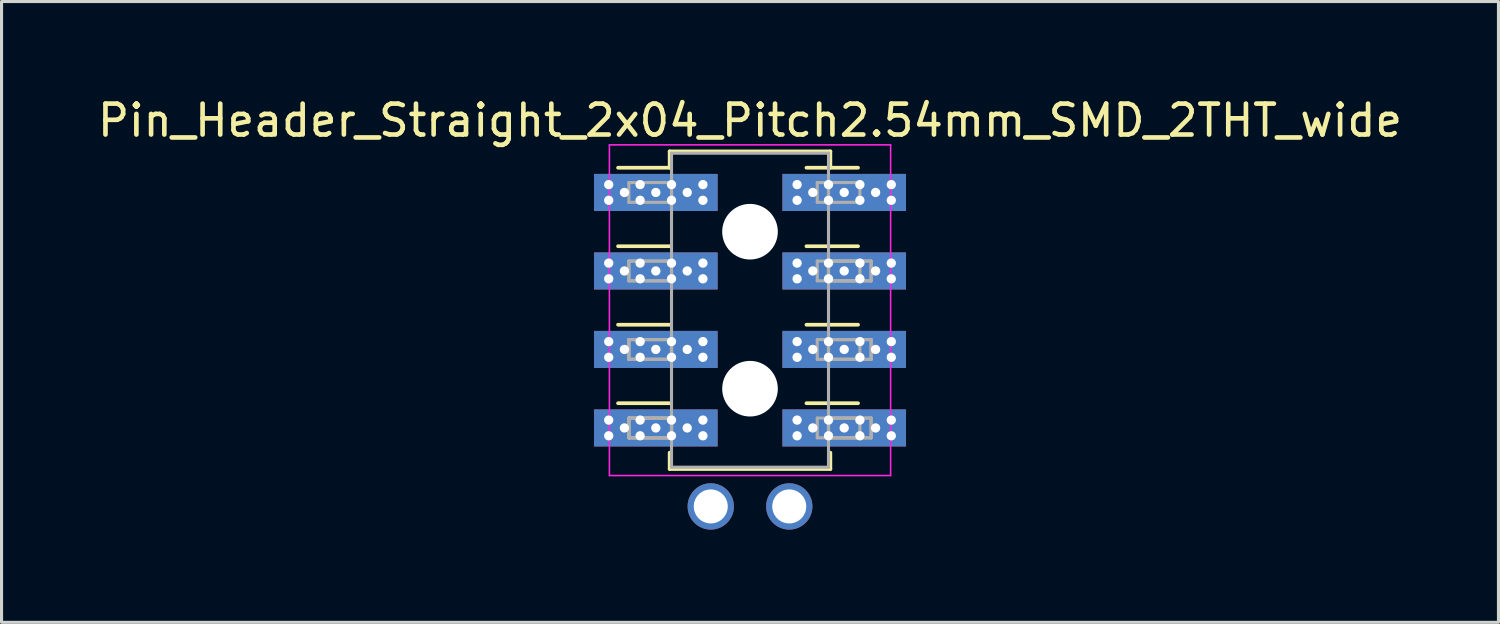
<source format=kicad_pcb>
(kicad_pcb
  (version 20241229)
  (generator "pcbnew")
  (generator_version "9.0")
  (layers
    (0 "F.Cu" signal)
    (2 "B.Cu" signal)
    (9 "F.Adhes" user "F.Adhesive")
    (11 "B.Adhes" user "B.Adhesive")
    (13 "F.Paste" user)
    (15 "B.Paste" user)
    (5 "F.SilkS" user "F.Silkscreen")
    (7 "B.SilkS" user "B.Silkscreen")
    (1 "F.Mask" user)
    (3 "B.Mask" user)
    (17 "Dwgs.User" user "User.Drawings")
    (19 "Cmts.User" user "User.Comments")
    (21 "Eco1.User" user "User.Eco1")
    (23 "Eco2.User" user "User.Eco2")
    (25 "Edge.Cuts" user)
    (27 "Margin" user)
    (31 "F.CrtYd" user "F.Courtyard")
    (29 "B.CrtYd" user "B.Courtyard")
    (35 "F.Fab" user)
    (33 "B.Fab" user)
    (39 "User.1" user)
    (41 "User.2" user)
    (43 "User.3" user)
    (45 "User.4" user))
  (footprint "Pin_Header_Straight_2x04_Pitch2.54mm_SMD_2THT_wide"
    (layer "F.Cu")
    (at 21.22 6.988)
    (property "Reference" "Pin_Header_Straight_2x04_Pitch2.54mm_SMD_2THT_wide" (at 0 -6.14 0) (layer "F.SilkS") (effects (font (size 1 1) (thickness 0.15))))
    (attr smd)
    (fp_line (start -4.27 -4.61) (end -2.6 -4.61) (stroke (width 0.12) (type solid)) (layer "F.SilkS"))
    (fp_line (start -4.27 -2.07) (end -2.6 -2.07) (stroke (width 0.12) (type solid)) (layer "F.SilkS"))
    (fp_line (start -4.27 0.47) (end -2.6 0.47) (stroke (width 0.12) (type solid)) (layer "F.SilkS"))
    (fp_line (start -4.27 3.01) (end -2.6 3.01) (stroke (width 0.12) (type solid)) (layer "F.SilkS"))
    (fp_line (start -2.6 -5.14) (end 2.6 -5.14) (stroke (width 0.12) (type solid)) (layer "F.SilkS"))
    (fp_line (start -2.6 -4.61) (end -2.6 -5.14) (stroke (width 0.12) (type solid)) (layer "F.SilkS"))
    (fp_line (start -2.6 4.61) (end -2.6 5.14) (stroke (width 0.12) (type solid)) (layer "F.SilkS"))
    (fp_line (start -2.6 5.14) (end 2.6 5.14) (stroke (width 0.12) (type solid)) (layer "F.SilkS"))
    (fp_line (start 1.826 -4.61) (end 3.496 -4.61) (stroke (width 0.12) (type solid)) (layer "F.SilkS"))
    (fp_line (start 1.826 -2.07) (end 3.496 -2.07) (stroke (width 0.12) (type solid)) (layer "F.SilkS"))
    (fp_line (start 1.826 0.47) (end 3.496 0.47) (stroke (width 0.12) (type solid)) (layer "F.SilkS"))
    (fp_line (start 1.826 3.01) (end 3.496 3.01) (stroke (width 0.12) (type solid)) (layer "F.SilkS"))
    (fp_line (start 2.6 -5.14) (end 2.6 -4.61) (stroke (width 0.12) (type solid)) (layer "F.SilkS"))
    (fp_line (start 2.6 5.14) (end 2.6 4.61) (stroke (width 0.12) (type solid)) (layer "F.SilkS"))
    (fp_line (start -4.55 -5.35) (end -4.55 5.35) (stroke (width 0.05) (type solid)) (layer "F.CrtYd"))
    (fp_line (start -4.55 5.35) (end 4.55 5.35) (stroke (width 0.05) (type solid)) (layer "F.CrtYd"))
    (fp_line (start 4.55 -5.35) (end -4.55 -5.35) (stroke (width 0.05) (type solid)) (layer "F.CrtYd"))
    (fp_line (start 4.55 5.35) (end 4.55 -5.35) (stroke (width 0.05) (type solid)) (layer "F.CrtYd"))
    (fp_line (start -3.92 -4.13) (end -2.54 -4.13) (stroke (width 0.1) (type solid)) (layer "F.Fab"))
    (fp_line (start -3.92 -3.49) (end -3.92 -4.13) (stroke (width 0.1) (type solid)) (layer "F.Fab"))
    (fp_line (start -3.92 -1.59) (end -2.54 -1.59) (stroke (width 0.1) (type solid)) (layer "F.Fab"))
    (fp_line (start -3.92 -1.59) (end -2.54 -1.59) (stroke (width 0.1) (type solid)) (layer "F.Fab"))
    (fp_line (start -3.92 -0.95) (end -3.92 -1.59) (stroke (width 0.1) (type solid)) (layer "F.Fab"))
    (fp_line (start -3.92 -0.95) (end -3.92 -1.59) (stroke (width 0.1) (type solid)) (layer "F.Fab"))
    (fp_line (start -3.92 0.95) (end -2.54 0.95) (stroke (width 0.1) (type solid)) (layer "F.Fab"))
    (fp_line (start -3.92 0.95) (end -2.54 0.95) (stroke (width 0.1) (type solid)) (layer "F.Fab"))
    (fp_line (start -3.92 0.95) (end -2.54 0.95) (stroke (width 0.1) (type solid)) (layer "F.Fab"))
    (fp_line (start -3.92 1.59) (end -3.92 0.95) (stroke (width 0.1) (type solid)) (layer "F.Fab"))
    (fp_line (start -3.92 1.59) (end -3.92 0.95) (stroke (width 0.1) (type solid)) (layer "F.Fab"))
    (fp_line (start -3.92 1.59) (end -3.92 0.95) (stroke (width 0.1) (type solid)) (layer "F.Fab"))
    (fp_line (start -3.92 3.49) (end -2.54 3.49) (stroke (width 0.1) (type solid)) (layer "F.Fab"))
    (fp_line (start -3.92 3.49) (end -2.54 3.49) (stroke (width 0.1) (type solid)) (layer "F.Fab"))
    (fp_line (start -3.92 3.49) (end -2.54 3.49) (stroke (width 0.1) (type solid)) (layer "F.Fab"))
    (fp_line (start -3.92 3.49) (end -2.54 3.49) (stroke (width 0.1) (type solid)) (layer "F.Fab"))
    (fp_line (start -3.92 4.13) (end -3.92 3.49) (stroke (width 0.1) (type solid)) (layer "F.Fab"))
    (fp_line (start -3.92 4.13) (end -3.92 3.49) (stroke (width 0.1) (type solid)) (layer "F.Fab"))
    (fp_line (start -3.92 4.13) (end -3.92 3.49) (stroke (width 0.1) (type solid)) (layer "F.Fab"))
    (fp_line (start -3.92 4.13) (end -3.92 3.49) (stroke (width 0.1) (type solid)) (layer "F.Fab"))
    (fp_line (start -2.54 -5.08) (end -2.54 5.08) (stroke (width 0.1) (type solid)) (layer "F.Fab"))
    (fp_line (start -2.54 -4.13) (end -2.54 -3.49) (stroke (width 0.1) (type solid)) (layer "F.Fab"))
    (fp_line (start -2.54 -3.49) (end -3.92 -3.49) (stroke (width 0.1) (type solid)) (layer "F.Fab"))
    (fp_line (start -2.54 -1.59) (end -2.54 -0.95) (stroke (width 0.1) (type solid)) (layer "F.Fab"))
    (fp_line (start -2.54 -1.59) (end -2.54 -0.95) (stroke (width 0.1) (type solid)) (layer "F.Fab"))
    (fp_line (start -2.54 -0.95) (end -3.92 -0.95) (stroke (width 0.1) (type solid)) (layer "F.Fab"))
    (fp_line (start -2.54 -0.95) (end -3.92 -0.95) (stroke (width 0.1) (type solid)) (layer "F.Fab"))
    (fp_line (start -2.54 0.95) (end -2.54 1.59) (stroke (width 0.1) (type solid)) (layer "F.Fab"))
    (fp_line (start -2.54 0.95) (end -2.54 1.59) (stroke (width 0.1) (type solid)) (layer "F.Fab"))
    (fp_line (start -2.54 0.95) (end -2.54 1.59) (stroke (width 0.1) (type solid)) (layer "F.Fab"))
    (fp_line (start -2.54 1.59) (end -3.92 1.59) (stroke (width 0.1) (type solid)) (layer "F.Fab"))
    (fp_line (start -2.54 1.59) (end -3.92 1.59) (stroke (width 0.1) (type solid)) (layer "F.Fab"))
    (fp_line (start -2.54 1.59) (end -3.92 1.59) (stroke (width 0.1) (type solid)) (layer "F.Fab"))
    (fp_line (start -2.54 3.49) (end -2.54 4.13) (stroke (width 0.1) (type solid)) (layer "F.Fab"))
    (fp_line (start -2.54 3.49) (end -2.54 4.13) (stroke (width 0.1) (type solid)) (layer "F.Fab"))
    (fp_line (start -2.54 3.49) (end -2.54 4.13) (stroke (width 0.1) (type solid)) (layer "F.Fab"))
    (fp_line (start -2.54 3.49) (end -2.54 4.13) (stroke (width 0.1) (type solid)) (layer "F.Fab"))
    (fp_line (start -2.54 4.13) (end -3.92 4.13) (stroke (width 0.1) (type solid)) (layer "F.Fab"))
    (fp_line (start -2.54 4.13) (end -3.92 4.13) (stroke (width 0.1) (type solid)) (layer "F.Fab"))
    (fp_line (start -2.54 4.13) (end -3.92 4.13) (stroke (width 0.1) (type solid)) (layer "F.Fab"))
    (fp_line (start -2.54 4.13) (end -3.92 4.13) (stroke (width 0.1) (type solid)) (layer "F.Fab"))
    (fp_line (start -2.54 5.08) (end 2.54 5.08) (stroke (width 0.1) (type solid)) (layer "F.Fab"))
    (fp_line (start 2.176 -4.13) (end 3.556 -4.13) (stroke (width 0.1) (type solid)) (layer "F.Fab"))
    (fp_line (start 2.176 -3.49) (end 2.176 -4.13) (stroke (width 0.1) (type solid)) (layer "F.Fab"))
    (fp_line (start 2.176 -1.59) (end 3.556 -1.59) (stroke (width 0.1) (type solid)) (layer "F.Fab"))
    (fp_line (start 2.176 -0.95) (end 2.176 -1.59) (stroke (width 0.1) (type solid)) (layer "F.Fab"))
    (fp_line (start 2.176 0.95) (end 3.556 0.95) (stroke (width 0.1) (type solid)) (layer "F.Fab"))
    (fp_line (start 2.176 1.59) (end 2.176 0.95) (stroke (width 0.1) (type solid)) (layer "F.Fab"))
    (fp_line (start 2.176 3.49) (end 3.556 3.49) (stroke (width 0.1) (type solid)) (layer "F.Fab"))
    (fp_line (start 2.176 4.13) (end 2.176 3.49) (stroke (width 0.1) (type solid)) (layer "F.Fab"))
    (fp_line (start 2.54 -5.08) (end -2.54 -5.08) (stroke (width 0.1) (type solid)) (layer "F.Fab"))
    (fp_line (start 2.54 -4.13) (end 2.54 -3.49) (stroke (width 0.1) (type solid)) (layer "F.Fab"))
    (fp_line (start 2.54 -1.59) (end 2.54 -0.95) (stroke (width 0.1) (type solid)) (layer "F.Fab"))
    (fp_line (start 2.54 -1.59) (end 2.54 -0.95) (stroke (width 0.1) (type solid)) (layer "F.Fab"))
    (fp_line (start 2.54 -0.95) (end 3.92 -0.95) (stroke (width 0.1) (type solid)) (layer "F.Fab"))
    (fp_line (start 2.54 -0.95) (end 3.92 -0.95) (stroke (width 0.1) (type solid)) (layer "F.Fab"))
    (fp_line (start 2.54 0.95) (end 2.54 1.59) (stroke (width 0.1) (type solid)) (layer "F.Fab"))
    (fp_line (start 2.54 0.95) (end 2.54 1.59) (stroke (width 0.1) (type solid)) (layer "F.Fab"))
    (fp_line (start 2.54 1.59) (end 3.92 1.59) (stroke (width 0.1) (type solid)) (layer "F.Fab"))
    (fp_line (start 2.54 1.59) (end 3.92 1.59) (stroke (width 0.1) (type solid)) (layer "F.Fab"))
    (fp_line (start 2.54 3.49) (end 2.54 4.13) (stroke (width 0.1) (type solid)) (layer "F.Fab"))
    (fp_line (start 2.54 3.49) (end 2.54 4.13) (stroke (width 0.1) (type solid)) (layer "F.Fab"))
    (fp_line (start 2.54 4.13) (end 3.92 4.13) (stroke (width 0.1) (type solid)) (layer "F.Fab"))
    (fp_line (start 2.54 4.13) (end 3.92 4.13) (stroke (width 0.1) (type solid)) (layer "F.Fab"))
    (fp_line (start 2.54 5.08) (end 2.54 -5.08) (stroke (width 0.1) (type solid)) (layer "F.Fab"))
    (fp_line (start 3.556 -4.13) (end 3.556 -3.49) (stroke (width 0.1) (type solid)) (layer "F.Fab"))
    (fp_line (start 3.556 -3.49) (end 2.176 -3.49) (stroke (width 0.1) (type solid)) (layer "F.Fab"))
    (fp_line (start 3.556 -1.59) (end 3.556 -0.95) (stroke (width 0.1) (type solid)) (layer "F.Fab"))
    (fp_line (start 3.556 -0.95) (end 2.176 -0.95) (stroke (width 0.1) (type solid)) (layer "F.Fab"))
    (fp_line (start 3.556 0.95) (end 3.556 1.59) (stroke (width 0.1) (type solid)) (layer "F.Fab"))
    (fp_line (start 3.556 1.59) (end 2.176 1.59) (stroke (width 0.1) (type solid)) (layer "F.Fab"))
    (fp_line (start 3.556 3.49) (end 3.556 4.13) (stroke (width 0.1) (type solid)) (layer "F.Fab"))
    (fp_line (start 3.556 4.13) (end 2.176 4.13) (stroke (width 0.1) (type solid)) (layer "F.Fab"))
    (fp_line (start 3.92 -1.59) (end 2.54 -1.59) (stroke (width 0.1) (type solid)) (layer "F.Fab"))
    (fp_line (start 3.92 -1.59) (end 2.54 -1.59) (stroke (width 0.1) (type solid)) (layer "F.Fab"))
    (fp_line (start 3.92 -0.95) (end 3.92 -1.59) (stroke (width 0.1) (type solid)) (layer "F.Fab"))
    (fp_line (start 3.92 -0.95) (end 3.92 -1.59) (stroke (width 0.1) (type solid)) (layer "F.Fab"))
    (fp_line (start 3.92 0.95) (end 2.54 0.95) (stroke (width 0.1) (type solid)) (layer "F.Fab"))
    (fp_line (start 3.92 0.95) (end 2.54 0.95) (stroke (width 0.1) (type solid)) (layer "F.Fab"))
    (fp_line (start 3.92 1.59) (end 3.92 0.95) (stroke (width 0.1) (type solid)) (layer "F.Fab"))
    (fp_line (start 3.92 1.59) (end 3.92 0.95) (stroke (width 0.1) (type solid)) (layer "F.Fab"))
    (fp_line (start 3.92 3.49) (end 2.54 3.49) (stroke (width 0.1) (type solid)) (layer "F.Fab"))
    (fp_line (start 3.92 3.49) (end 2.54 3.49) (stroke (width 0.1) (type solid)) (layer "F.Fab"))
    (fp_line (start 3.92 4.13) (end 3.92 3.49) (stroke (width 0.1) (type solid)) (layer "F.Fab"))
    (fp_line (start 3.92 4.13) (end 3.92 3.49) (stroke (width 0.1) (type solid)) (layer "F.Fab"))
    (pad "" np_thru_hole circle (at 0 -2.54) (size 1.8 1.8) (drill 1.8) (layers "*.Cu" "*.Mask"))
    (pad "" np_thru_hole circle (at 0 2.54) (size 1.8 1.8) (drill 1.8) (layers "*.Cu" "*.Mask"))
    (pad "1" thru_hole circle (at -4.572 -4.064) (size 0.3 0.3) (drill 0.3) (layers "*.Cu" "F.Mask"))
    (pad "1" thru_hole circle (at -4.572 -3.556) (size 0.3 0.3) (drill 0.3) (layers "*.Cu" "F.Mask"))
    (pad "1" thru_hole circle (at -4.064 -3.81) (size 0.3 0.3) (drill 0.3) (layers "*.Cu" "F.Mask"))
    (pad "1" thru_hole circle (at -3.556 -4.064) (size 0.3 0.3) (drill 0.3) (layers "*.Cu" "F.Mask"))
    (pad "1" thru_hole circle (at -3.556 -3.556) (size 0.3 0.3) (drill 0.3) (layers "*.Cu" "F.Mask"))
    (pad "1" thru_hole rect (at -3.048 -3.81) (size 4 1.2) (drill 0.3) (layers "*.Cu" "F.Mask"))
    (pad "1" thru_hole circle (at -2.54 -4.064) (size 0.3 0.3) (drill 0.3) (layers "*.Cu" "F.Mask"))
    (pad "1" thru_hole circle (at -2.54 -3.556) (size 0.3 0.3) (drill 0.3) (layers "*.Cu" "F.Mask"))
    (pad "1" thru_hole circle (at -2.032 -3.81) (size 0.3 0.3) (drill 0.3) (layers "*.Cu" "F.Mask"))
    (pad "1" thru_hole circle (at -1.524 -4.064) (size 0.3 0.3) (drill 0.3) (layers "*.Cu" "F.Mask"))
    (pad "1" thru_hole circle (at -1.524 -3.556) (size 0.3 0.3) (drill 0.3) (layers "*.Cu" "F.Mask"))
    (pad "2" thru_hole circle (at 1.524 -4.064) (size 0.3 0.3) (drill 0.3) (layers "*.Cu" "F.Mask"))
    (pad "2" thru_hole circle (at 1.524 -3.556) (size 0.3 0.3) (drill 0.3) (layers "*.Cu" "F.Mask"))
    (pad "2" thru_hole circle (at 2.032 -3.81) (size 0.3 0.3) (drill 0.3) (layers "*.Cu" "F.Mask"))
    (pad "2" thru_hole circle (at 2.54 -4.064) (size 0.3 0.3) (drill 0.3) (layers "*.Cu" "F.Mask"))
    (pad "2" thru_hole circle (at 2.54 -3.556) (size 0.3 0.3) (drill 0.3) (layers "*.Cu" "F.Mask"))
    (pad "2" thru_hole rect (at 3.048 -3.81) (size 4 1.2) (drill 0.3) (layers "*.Cu" "F.Mask"))
    (pad "2" thru_hole circle (at 3.556 -4.064) (size 0.3 0.3) (drill 0.3) (layers "*.Cu" "F.Mask"))
    (pad "2" thru_hole circle (at 3.556 -3.556) (size 0.3 0.3) (drill 0.3) (layers "*.Cu" "F.Mask"))
    (pad "2" thru_hole circle (at 4.064 -3.81) (size 0.3 0.3) (drill 0.3) (layers "*.Cu" "F.Mask"))
    (pad "2" thru_hole circle (at 4.572 -4.064) (size 0.3 0.3) (drill 0.3) (layers "*.Cu" "F.Mask"))
    (pad "2" thru_hole circle (at 4.572 -3.556) (size 0.3 0.3) (drill 0.3) (layers "*.Cu" "F.Mask"))
    (pad "3" thru_hole circle (at -4.572 -1.524) (size 0.3 0.3) (drill 0.3) (layers "*.Cu" "F.Mask"))
    (pad "3" thru_hole circle (at -4.572 -1.016) (size 0.3 0.3) (drill 0.3) (layers "*.Cu" "F.Mask"))
    (pad "3" thru_hole circle (at -4.064 -1.27) (size 0.3 0.3) (drill 0.3) (layers "*.Cu" "F.Mask"))
    (pad "3" thru_hole circle (at -3.556 -1.524) (size 0.3 0.3) (drill 0.3) (layers "*.Cu" "F.Mask"))
    (pad "3" thru_hole circle (at -3.556 -1.016) (size 0.3 0.3) (drill 0.3) (layers "*.Cu" "F.Mask"))
    (pad "3" thru_hole rect (at -3.048 -1.27) (size 4 1.2) (drill 0.3) (layers "*.Cu" "F.Mask"))
    (pad "3" thru_hole circle (at -2.54 -1.524) (size 0.3 0.3) (drill 0.3) (layers "*.Cu" "F.Mask"))
    (pad "3" thru_hole circle (at -2.54 -1.016) (size 0.3 0.3) (drill 0.3) (layers "*.Cu" "F.Mask"))
    (pad "3" thru_hole circle (at -2.032 -1.27) (size 0.3 0.3) (drill 0.3) (layers "*.Cu" "F.Mask"))
    (pad "3" thru_hole circle (at -1.524 -1.524) (size 0.3 0.3) (drill 0.3) (layers "*.Cu" "F.Mask"))
    (pad "3" thru_hole circle (at -1.524 -1.016) (size 0.3 0.3) (drill 0.3) (layers "*.Cu" "F.Mask"))
    (pad "4" thru_hole circle (at 1.524 -1.524) (size 0.3 0.3) (drill 0.3) (layers "*.Cu" "F.Mask"))
    (pad "4" thru_hole circle (at 1.524 -1.016) (size 0.3 0.3) (drill 0.3) (layers "*.Cu" "F.Mask"))
    (pad "4" thru_hole circle (at 2.032 -1.27) (size 0.3 0.3) (drill 0.3) (layers "*.Cu" "F.Mask"))
    (pad "4" thru_hole circle (at 2.54 -1.524) (size 0.3 0.3) (drill 0.3) (layers "*.Cu" "F.Mask"))
    (pad "4" thru_hole circle (at 2.54 -1.016) (size 0.3 0.3) (drill 0.3) (layers "*.Cu" "F.Mask"))
    (pad "4" thru_hole rect (at 3.048 -1.27) (size 4 1.2) (drill 0.3) (layers "*.Cu" "F.Mask"))
    (pad "4" thru_hole circle (at 3.556 -1.524) (size 0.3 0.3) (drill 0.3) (layers "*.Cu" "F.Mask"))
    (pad "4" thru_hole circle (at 3.556 -1.016) (size 0.3 0.3) (drill 0.3) (layers "*.Cu" "F.Mask"))
    (pad "4" thru_hole circle (at 4.064 -1.27) (size 0.3 0.3) (drill 0.3) (layers "*.Cu" "F.Mask"))
    (pad "4" thru_hole circle (at 4.572 -1.524) (size 0.3 0.3) (drill 0.3) (layers "*.Cu" "F.Mask"))
    (pad "4" thru_hole circle (at 4.572 -1.016) (size 0.3 0.3) (drill 0.3) (layers "*.Cu" "F.Mask"))
    (pad "5" thru_hole circle (at -4.572 1.016) (size 0.3 0.3) (drill 0.3) (layers "*.Cu" "F.Mask"))
    (pad "5" thru_hole circle (at -4.572 1.524) (size 0.3 0.3) (drill 0.3) (layers "*.Cu" "F.Mask"))
    (pad "5" thru_hole circle (at -4.064 1.27) (size 0.3 0.3) (drill 0.3) (layers "*.Cu" "F.Mask"))
    (pad "5" thru_hole circle (at -3.556 1.016) (size 0.3 0.3) (drill 0.3) (layers "*.Cu" "F.Mask"))
    (pad "5" thru_hole circle (at -3.556 1.524) (size 0.3 0.3) (drill 0.3) (layers "*.Cu" "F.Mask"))
    (pad "5" thru_hole rect (at -3.048 1.27) (size 4 1.2) (drill 0.3) (layers "*.Cu" "F.Mask"))
    (pad "5" thru_hole circle (at -2.54 1.016) (size 0.3 0.3) (drill 0.3) (layers "*.Cu" "F.Mask"))
    (pad "5" thru_hole circle (at -2.54 1.524) (size 0.3 0.3) (drill 0.3) (layers "*.Cu" "F.Mask"))
    (pad "5" thru_hole circle (at -2.032 1.27) (size 0.3 0.3) (drill 0.3) (layers "*.Cu" "F.Mask"))
    (pad "5" thru_hole circle (at -1.524 1.016) (size 0.3 0.3) (drill 0.3) (layers "*.Cu" "F.Mask"))
    (pad "5" thru_hole circle (at -1.524 1.524) (size 0.3 0.3) (drill 0.3) (layers "*.Cu" "F.Mask"))
    (pad "6" thru_hole circle (at 1.524 1.016) (size 0.3 0.3) (drill 0.3) (layers "*.Cu" "F.Mask"))
    (pad "6" thru_hole circle (at 1.524 1.524) (size 0.3 0.3) (drill 0.3) (layers "*.Cu" "F.Mask"))
    (pad "6" thru_hole circle (at 2.032 1.27) (size 0.3 0.3) (drill 0.3) (layers "*.Cu" "F.Mask"))
    (pad "6" thru_hole circle (at 2.54 1.016) (size 0.3 0.3) (drill 0.3) (layers "*.Cu" "F.Mask"))
    (pad "6" thru_hole circle (at 2.54 1.524) (size 0.3 0.3) (drill 0.3) (layers "*.Cu" "F.Mask"))
    (pad "6" thru_hole rect (at 3.048 1.27) (size 4 1.2) (drill 0.3) (layers "*.Cu" "F.Mask"))
    (pad "6" thru_hole circle (at 3.556 1.016) (size 0.3 0.3) (drill 0.3) (layers "*.Cu" "F.Mask"))
    (pad "6" thru_hole circle (at 3.556 1.524) (size 0.3 0.3) (drill 0.3) (layers "*.Cu" "F.Mask"))
    (pad "6" thru_hole circle (at 4.064 1.27) (size 0.3 0.3) (drill 0.3) (layers "*.Cu" "F.Mask"))
    (pad "6" thru_hole circle (at 4.572 1.016) (size 0.3 0.3) (drill 0.3) (layers "*.Cu" "F.Mask"))
    (pad "6" thru_hole circle (at 4.572 1.524) (size 0.3 0.3) (drill 0.3) (layers "*.Cu" "F.Mask"))
    (pad "7" thru_hole circle (at -4.572 3.556) (size 0.3 0.3) (drill 0.3) (layers "*.Cu" "F.Mask"))
    (pad "7" thru_hole circle (at -4.572 4.064) (size 0.3 0.3) (drill 0.3) (layers "*.Cu" "F.Mask"))
    (pad "7" thru_hole circle (at -4.064 3.81) (size 0.3 0.3) (drill 0.3) (layers "*.Cu" "F.Mask"))
    (pad "7" thru_hole circle (at -3.556 3.556) (size 0.3 0.3) (drill 0.3) (layers "*.Cu" "F.Mask"))
    (pad "7" thru_hole circle (at -3.556 4.064) (size 0.3 0.3) (drill 0.3) (layers "*.Cu" "F.Mask"))
    (pad "7" thru_hole rect (at -3.048 3.81) (size 4 1.2) (drill 0.3) (layers "*.Cu" "F.Mask"))
    (pad "7" thru_hole circle (at -2.54 3.556) (size 0.3 0.3) (drill 0.3) (layers "*.Cu" "F.Mask"))
    (pad "7" thru_hole circle (at -2.54 4.064) (size 0.3 0.3) (drill 0.3) (layers "*.Cu" "F.Mask"))
    (pad "7" thru_hole circle (at -2.032 3.81) (size 0.3 0.3) (drill 0.3) (layers "*.Cu" "F.Mask"))
    (pad "7" thru_hole circle (at -1.524 3.556) (size 0.3 0.3) (drill 0.3) (layers "*.Cu" "F.Mask"))
    (pad "7" thru_hole circle (at -1.524 4.064) (size 0.3 0.3) (drill 0.3) (layers "*.Cu" "F.Mask"))
    (pad "8" thru_hole circle (at 1.524 3.556) (size 0.3 0.3) (drill 0.3) (layers "*.Cu" "F.Mask"))
    (pad "8" thru_hole circle (at 1.524 4.064) (size 0.3 0.3) (drill 0.3) (layers "*.Cu" "F.Mask"))
    (pad "8" thru_hole circle (at 2.032 3.81) (size 0.3 0.3) (drill 0.3) (layers "*.Cu" "F.Mask"))
    (pad "8" thru_hole circle (at 2.54 3.556) (size 0.3 0.3) (drill 0.3) (layers "*.Cu" "F.Mask"))
    (pad "8" thru_hole circle (at 2.54 4.064) (size 0.3 0.3) (drill 0.3) (layers "*.Cu" "F.Mask"))
    (pad "8" thru_hole rect (at 3.048 3.81) (size 4 1.2) (drill 0.3) (layers "*.Cu" "F.Mask"))
    (pad "8" thru_hole circle (at 3.556 3.556) (size 0.3 0.3) (drill 0.3) (layers "*.Cu" "F.Mask"))
    (pad "8" thru_hole circle (at 3.556 4.064) (size 0.3 0.3) (drill 0.3) (layers "*.Cu" "F.Mask"))
    (pad "8" thru_hole circle (at 4.064 3.81) (size 0.3 0.3) (drill 0.3) (layers "*.Cu" "F.Mask"))
    (pad "8" thru_hole circle (at 4.572 3.556) (size 0.3 0.3) (drill 0.3) (layers "*.Cu" "F.Mask"))
    (pad "8" thru_hole circle (at 4.572 4.064) (size 0.3 0.3) (drill 0.3) (layers "*.Cu" "F.Mask"))
    (pad "9" thru_hole circle (at -1.27 6.35) (size 1.5 1.5) (drill 1.1) (layers "*.Cu" "*.Mask"))
    (pad "10" thru_hole circle (at 1.27 6.35) (size 1.5 1.5) (drill 1.1) (layers "*.Cu" "*.Mask")))
  (gr_rect
    (start -3 -3)
    (end 45.44 17.088)
    (stroke (width 0.1) (type default))
    (fill no)
    (layer "Edge.Cuts")))
</source>
